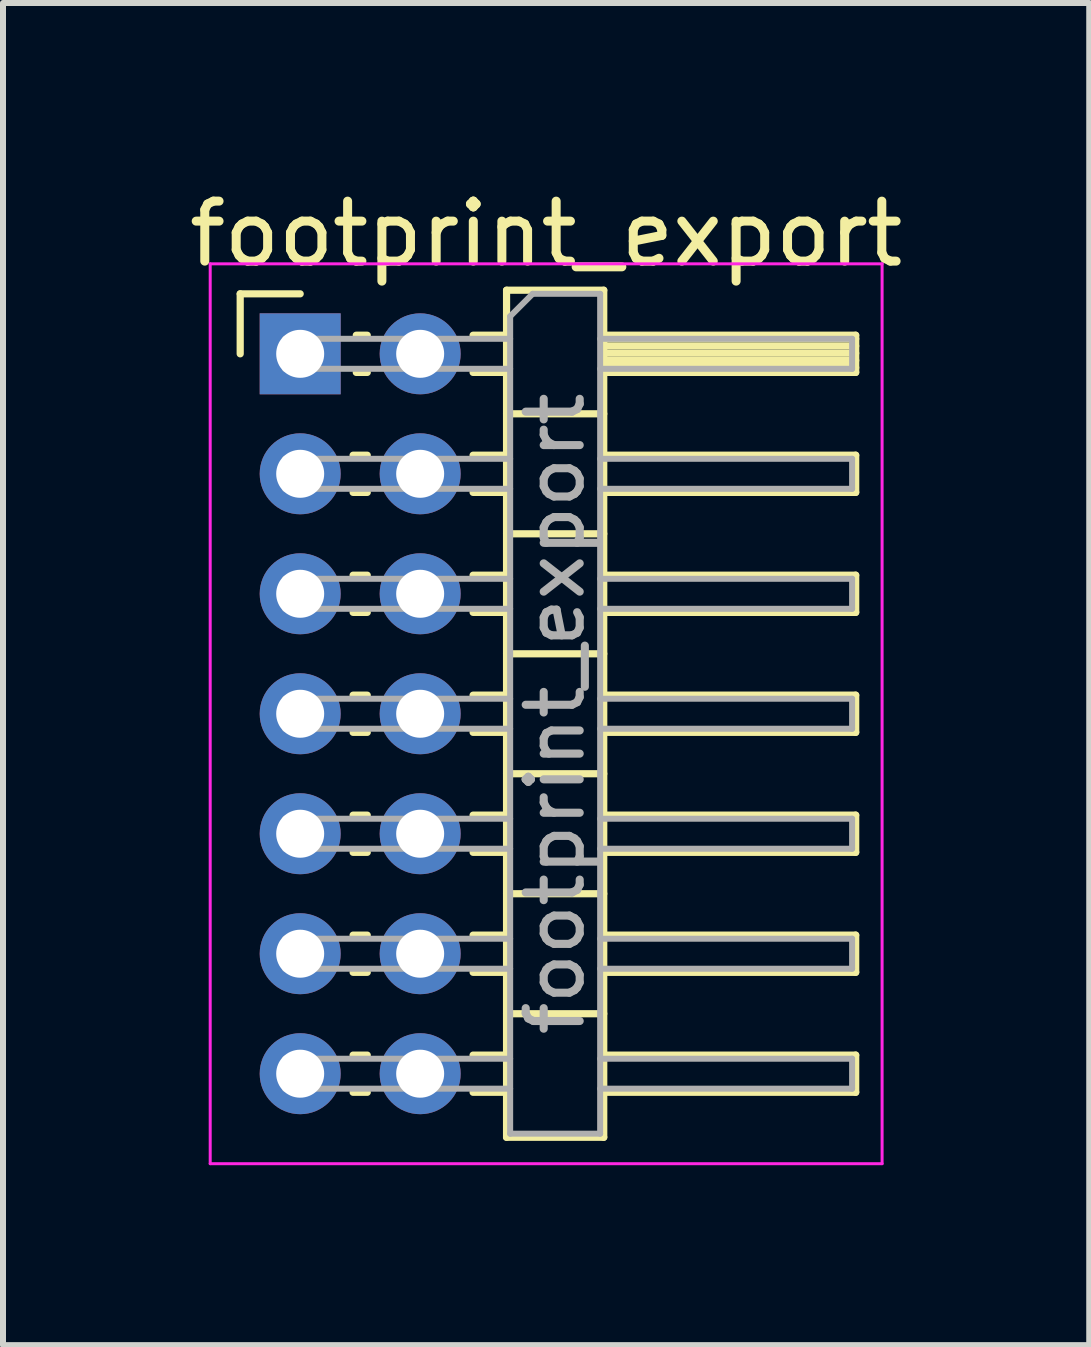
<source format=kicad_pcb>
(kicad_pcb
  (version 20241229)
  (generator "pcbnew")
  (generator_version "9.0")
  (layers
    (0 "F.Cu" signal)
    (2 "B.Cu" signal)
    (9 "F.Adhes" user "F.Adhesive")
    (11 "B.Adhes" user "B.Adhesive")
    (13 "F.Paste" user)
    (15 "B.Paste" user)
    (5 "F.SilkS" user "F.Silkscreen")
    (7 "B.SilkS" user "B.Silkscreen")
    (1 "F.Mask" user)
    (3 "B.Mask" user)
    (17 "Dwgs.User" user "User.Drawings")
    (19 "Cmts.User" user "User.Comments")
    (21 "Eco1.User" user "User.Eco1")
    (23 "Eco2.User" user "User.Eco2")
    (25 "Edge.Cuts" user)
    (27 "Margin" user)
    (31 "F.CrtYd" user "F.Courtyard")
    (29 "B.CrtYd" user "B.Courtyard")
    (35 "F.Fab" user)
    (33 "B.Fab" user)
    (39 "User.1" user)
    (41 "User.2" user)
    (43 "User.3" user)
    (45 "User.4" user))
  (footprint "footprint_export"
    (layer "F.Cu")
    (at 1.954 2.848)
    (property "Reference" "footprint_export" (at 4.1 -2 0) (layer "F.SilkS") (effects (font (size 1 1) (thickness 0.15))))
    (attr through_hole)
    (fp_line (start -1 -1) (end 0 -1) (stroke (width 0.12) (type solid)) (layer "F.SilkS"))
    (fp_line (start -1 0) (end -1 -1) (stroke (width 0.12) (type solid)) (layer "F.SilkS"))
    (fp_line (start 0.882 1.69) (end 1.118 1.69) (stroke (width 0.12) (type solid)) (layer "F.SilkS"))
    (fp_line (start 0.882 2.31) (end 1.118 2.31) (stroke (width 0.12) (type solid)) (layer "F.SilkS"))
    (fp_line (start 0.882 3.69) (end 1.118 3.69) (stroke (width 0.12) (type solid)) (layer "F.SilkS"))
    (fp_line (start 0.882 4.31) (end 1.118 4.31) (stroke (width 0.12) (type solid)) (layer "F.SilkS"))
    (fp_line (start 0.882 5.69) (end 1.118 5.69) (stroke (width 0.12) (type solid)) (layer "F.SilkS"))
    (fp_line (start 0.882 6.31) (end 1.118 6.31) (stroke (width 0.12) (type solid)) (layer "F.SilkS"))
    (fp_line (start 0.882 7.69) (end 1.118 7.69) (stroke (width 0.12) (type solid)) (layer "F.SilkS"))
    (fp_line (start 0.882 8.31) (end 1.118 8.31) (stroke (width 0.12) (type solid)) (layer "F.SilkS"))
    (fp_line (start 0.882 9.69) (end 1.118 9.69) (stroke (width 0.12) (type solid)) (layer "F.SilkS"))
    (fp_line (start 0.882 10.31) (end 1.118 10.31) (stroke (width 0.12) (type solid)) (layer "F.SilkS"))
    (fp_line (start 0.882 11.69) (end 1.118 11.69) (stroke (width 0.12) (type solid)) (layer "F.SilkS"))
    (fp_line (start 0.882 12.31) (end 1.118 12.31) (stroke (width 0.12) (type solid)) (layer "F.SilkS"))
    (fp_line (start 0.935 -0.31) (end 1.118 -0.31) (stroke (width 0.12) (type solid)) (layer "F.SilkS"))
    (fp_line (start 0.935 0.31) (end 1.118 0.31) (stroke (width 0.12) (type solid)) (layer "F.SilkS"))
    (fp_line (start 2.882 -0.31) (end 3.44 -0.31) (stroke (width 0.12) (type solid)) (layer "F.SilkS"))
    (fp_line (start 2.882 0.31) (end 3.44 0.31) (stroke (width 0.12) (type solid)) (layer "F.SilkS"))
    (fp_line (start 2.882 1.69) (end 3.44 1.69) (stroke (width 0.12) (type solid)) (layer "F.SilkS"))
    (fp_line (start 2.882 2.31) (end 3.44 2.31) (stroke (width 0.12) (type solid)) (layer "F.SilkS"))
    (fp_line (start 2.882 3.69) (end 3.44 3.69) (stroke (width 0.12) (type solid)) (layer "F.SilkS"))
    (fp_line (start 2.882 4.31) (end 3.44 4.31) (stroke (width 0.12) (type solid)) (layer "F.SilkS"))
    (fp_line (start 2.882 5.69) (end 3.44 5.69) (stroke (width 0.12) (type solid)) (layer "F.SilkS"))
    (fp_line (start 2.882 6.31) (end 3.44 6.31) (stroke (width 0.12) (type solid)) (layer "F.SilkS"))
    (fp_line (start 2.882 7.69) (end 3.44 7.69) (stroke (width 0.12) (type solid)) (layer "F.SilkS"))
    (fp_line (start 2.882 8.31) (end 3.44 8.31) (stroke (width 0.12) (type solid)) (layer "F.SilkS"))
    (fp_line (start 2.882 9.69) (end 3.44 9.69) (stroke (width 0.12) (type solid)) (layer "F.SilkS"))
    (fp_line (start 2.882 10.31) (end 3.44 10.31) (stroke (width 0.12) (type solid)) (layer "F.SilkS"))
    (fp_line (start 2.882 11.69) (end 3.44 11.69) (stroke (width 0.12) (type solid)) (layer "F.SilkS"))
    (fp_line (start 2.882 12.31) (end 3.44 12.31) (stroke (width 0.12) (type solid)) (layer "F.SilkS"))
    (fp_line (start 3.44 -1.06) (end 3.44 13.06) (stroke (width 0.12) (type solid)) (layer "F.SilkS"))
    (fp_line (start 3.44 1) (end 5.06 1) (stroke (width 0.12) (type solid)) (layer "F.SilkS"))
    (fp_line (start 3.44 3) (end 5.06 3) (stroke (width 0.12) (type solid)) (layer "F.SilkS"))
    (fp_line (start 3.44 5) (end 5.06 5) (stroke (width 0.12) (type solid)) (layer "F.SilkS"))
    (fp_line (start 3.44 7) (end 5.06 7) (stroke (width 0.12) (type solid)) (layer "F.SilkS"))
    (fp_line (start 3.44 9) (end 5.06 9) (stroke (width 0.12) (type solid)) (layer "F.SilkS"))
    (fp_line (start 3.44 11) (end 5.06 11) (stroke (width 0.12) (type solid)) (layer "F.SilkS"))
    (fp_line (start 3.44 13.06) (end 5.06 13.06) (stroke (width 0.12) (type solid)) (layer "F.SilkS"))
    (fp_line (start 5.06 -1.06) (end 3.44 -1.06) (stroke (width 0.12) (type solid)) (layer "F.SilkS"))
    (fp_line (start 5.06 -0.31) (end 9.26 -0.31) (stroke (width 0.12) (type solid)) (layer "F.SilkS"))
    (fp_line (start 5.06 -0.25) (end 9.26 -0.25) (stroke (width 0.12) (type solid)) (layer "F.SilkS"))
    (fp_line (start 5.06 -0.13) (end 9.26 -0.13) (stroke (width 0.12) (type solid)) (layer "F.SilkS"))
    (fp_line (start 5.06 -0.01) (end 9.26 -0.01) (stroke (width 0.12) (type solid)) (layer "F.SilkS"))
    (fp_line (start 5.06 0.11) (end 9.26 0.11) (stroke (width 0.12) (type solid)) (layer "F.SilkS"))
    (fp_line (start 5.06 0.23) (end 9.26 0.23) (stroke (width 0.12) (type solid)) (layer "F.SilkS"))
    (fp_line (start 5.06 1.69) (end 9.26 1.69) (stroke (width 0.12) (type solid)) (layer "F.SilkS"))
    (fp_line (start 5.06 3.69) (end 9.26 3.69) (stroke (width 0.12) (type solid)) (layer "F.SilkS"))
    (fp_line (start 5.06 5.69) (end 9.26 5.69) (stroke (width 0.12) (type solid)) (layer "F.SilkS"))
    (fp_line (start 5.06 7.69) (end 9.26 7.69) (stroke (width 0.12) (type solid)) (layer "F.SilkS"))
    (fp_line (start 5.06 9.69) (end 9.26 9.69) (stroke (width 0.12) (type solid)) (layer "F.SilkS"))
    (fp_line (start 5.06 11.69) (end 9.26 11.69) (stroke (width 0.12) (type solid)) (layer "F.SilkS"))
    (fp_line (start 5.06 13.06) (end 5.06 -1.06) (stroke (width 0.12) (type solid)) (layer "F.SilkS"))
    (fp_line (start 9.26 -0.31) (end 9.26 0.31) (stroke (width 0.12) (type solid)) (layer "F.SilkS"))
    (fp_line (start 9.26 0.31) (end 5.06 0.31) (stroke (width 0.12) (type solid)) (layer "F.SilkS"))
    (fp_line (start 9.26 1.69) (end 9.26 2.31) (stroke (width 0.12) (type solid)) (layer "F.SilkS"))
    (fp_line (start 9.26 2.31) (end 5.06 2.31) (stroke (width 0.12) (type solid)) (layer "F.SilkS"))
    (fp_line (start 9.26 3.69) (end 9.26 4.31) (stroke (width 0.12) (type solid)) (layer "F.SilkS"))
    (fp_line (start 9.26 4.31) (end 5.06 4.31) (stroke (width 0.12) (type solid)) (layer "F.SilkS"))
    (fp_line (start 9.26 5.69) (end 9.26 6.31) (stroke (width 0.12) (type solid)) (layer "F.SilkS"))
    (fp_line (start 9.26 6.31) (end 5.06 6.31) (stroke (width 0.12) (type solid)) (layer "F.SilkS"))
    (fp_line (start 9.26 7.69) (end 9.26 8.31) (stroke (width 0.12) (type solid)) (layer "F.SilkS"))
    (fp_line (start 9.26 8.31) (end 5.06 8.31) (stroke (width 0.12) (type solid)) (layer "F.SilkS"))
    (fp_line (start 9.26 9.69) (end 9.26 10.31) (stroke (width 0.12) (type solid)) (layer "F.SilkS"))
    (fp_line (start 9.26 10.31) (end 5.06 10.31) (stroke (width 0.12) (type solid)) (layer "F.SilkS"))
    (fp_line (start 9.26 11.69) (end 9.26 12.31) (stroke (width 0.12) (type solid)) (layer "F.SilkS"))
    (fp_line (start 9.26 12.31) (end 5.06 12.31) (stroke (width 0.12) (type solid)) (layer "F.SilkS"))
    (fp_line (start -1.5 -1.5) (end -1.5 13.5) (stroke (width 0.05) (type solid)) (layer "F.CrtYd"))
    (fp_line (start -1.5 13.5) (end 9.7 13.5) (stroke (width 0.05) (type solid)) (layer "F.CrtYd"))
    (fp_line (start 9.7 -1.5) (end -1.5 -1.5) (stroke (width 0.05) (type solid)) (layer "F.CrtYd"))
    (fp_line (start 9.7 13.5) (end 9.7 -1.5) (stroke (width 0.05) (type solid)) (layer "F.CrtYd"))
    (fp_line (start -0.25 -0.25) (end -0.25 0.25) (stroke (width 0.1) (type solid)) (layer "F.Fab"))
    (fp_line (start -0.25 -0.25) (end 3.5 -0.25) (stroke (width 0.1) (type solid)) (layer "F.Fab"))
    (fp_line (start -0.25 0.25) (end 3.5 0.25) (stroke (width 0.1) (type solid)) (layer "F.Fab"))
    (fp_line (start -0.25 1.75) (end -0.25 2.25) (stroke (width 0.1) (type solid)) (layer "F.Fab"))
    (fp_line (start -0.25 1.75) (end 3.5 1.75) (stroke (width 0.1) (type solid)) (layer "F.Fab"))
    (fp_line (start -0.25 2.25) (end 3.5 2.25) (stroke (width 0.1) (type solid)) (layer "F.Fab"))
    (fp_line (start -0.25 3.75) (end -0.25 4.25) (stroke (width 0.1) (type solid)) (layer "F.Fab"))
    (fp_line (start -0.25 3.75) (end 3.5 3.75) (stroke (width 0.1) (type solid)) (layer "F.Fab"))
    (fp_line (start -0.25 4.25) (end 3.5 4.25) (stroke (width 0.1) (type solid)) (layer "F.Fab"))
    (fp_line (start -0.25 5.75) (end -0.25 6.25) (stroke (width 0.1) (type solid)) (layer "F.Fab"))
    (fp_line (start -0.25 5.75) (end 3.5 5.75) (stroke (width 0.1) (type solid)) (layer "F.Fab"))
    (fp_line (start -0.25 6.25) (end 3.5 6.25) (stroke (width 0.1) (type solid)) (layer "F.Fab"))
    (fp_line (start -0.25 7.75) (end -0.25 8.25) (stroke (width 0.1) (type solid)) (layer "F.Fab"))
    (fp_line (start -0.25 7.75) (end 3.5 7.75) (stroke (width 0.1) (type solid)) (layer "F.Fab"))
    (fp_line (start -0.25 8.25) (end 3.5 8.25) (stroke (width 0.1) (type solid)) (layer "F.Fab"))
    (fp_line (start -0.25 9.75) (end -0.25 10.25) (stroke (width 0.1) (type solid)) (layer "F.Fab"))
    (fp_line (start -0.25 9.75) (end 3.5 9.75) (stroke (width 0.1) (type solid)) (layer "F.Fab"))
    (fp_line (start -0.25 10.25) (end 3.5 10.25) (stroke (width 0.1) (type solid)) (layer "F.Fab"))
    (fp_line (start -0.25 11.75) (end -0.25 12.25) (stroke (width 0.1) (type solid)) (layer "F.Fab"))
    (fp_line (start -0.25 11.75) (end 3.5 11.75) (stroke (width 0.1) (type solid)) (layer "F.Fab"))
    (fp_line (start -0.25 12.25) (end 3.5 12.25) (stroke (width 0.1) (type solid)) (layer "F.Fab"))
    (fp_line (start 3.5 -0.625) (end 3.875 -1) (stroke (width 0.1) (type solid)) (layer "F.Fab"))
    (fp_line (start 3.5 13) (end 3.5 -0.625) (stroke (width 0.1) (type solid)) (layer "F.Fab"))
    (fp_line (start 3.875 -1) (end 5 -1) (stroke (width 0.1) (type solid)) (layer "F.Fab"))
    (fp_line (start 5 -1) (end 5 13) (stroke (width 0.1) (type solid)) (layer "F.Fab"))
    (fp_line (start 5 -0.25) (end 9.2 -0.25) (stroke (width 0.1) (type solid)) (layer "F.Fab"))
    (fp_line (start 5 0.25) (end 9.2 0.25) (stroke (width 0.1) (type solid)) (layer "F.Fab"))
    (fp_line (start 5 1.75) (end 9.2 1.75) (stroke (width 0.1) (type solid)) (layer "F.Fab"))
    (fp_line (start 5 2.25) (end 9.2 2.25) (stroke (width 0.1) (type solid)) (layer "F.Fab"))
    (fp_line (start 5 3.75) (end 9.2 3.75) (stroke (width 0.1) (type solid)) (layer "F.Fab"))
    (fp_line (start 5 4.25) (end 9.2 4.25) (stroke (width 0.1) (type solid)) (layer "F.Fab"))
    (fp_line (start 5 5.75) (end 9.2 5.75) (stroke (width 0.1) (type solid)) (layer "F.Fab"))
    (fp_line (start 5 6.25) (end 9.2 6.25) (stroke (width 0.1) (type solid)) (layer "F.Fab"))
    (fp_line (start 5 7.75) (end 9.2 7.75) (stroke (width 0.1) (type solid)) (layer "F.Fab"))
    (fp_line (start 5 8.25) (end 9.2 8.25) (stroke (width 0.1) (type solid)) (layer "F.Fab"))
    (fp_line (start 5 9.75) (end 9.2 9.75) (stroke (width 0.1) (type solid)) (layer "F.Fab"))
    (fp_line (start 5 10.25) (end 9.2 10.25) (stroke (width 0.1) (type solid)) (layer "F.Fab"))
    (fp_line (start 5 11.75) (end 9.2 11.75) (stroke (width 0.1) (type solid)) (layer "F.Fab"))
    (fp_line (start 5 12.25) (end 9.2 12.25) (stroke (width 0.1) (type solid)) (layer "F.Fab"))
    (fp_line (start 5 13) (end 3.5 13) (stroke (width 0.1) (type solid)) (layer "F.Fab"))
    (fp_line (start 9.2 -0.25) (end 9.2 0.25) (stroke (width 0.1) (type solid)) (layer "F.Fab"))
    (fp_line (start 9.2 1.75) (end 9.2 2.25) (stroke (width 0.1) (type solid)) (layer "F.Fab"))
    (fp_line (start 9.2 3.75) (end 9.2 4.25) (stroke (width 0.1) (type solid)) (layer "F.Fab"))
    (fp_line (start 9.2 5.75) (end 9.2 6.25) (stroke (width 0.1) (type solid)) (layer "F.Fab"))
    (fp_line (start 9.2 7.75) (end 9.2 8.25) (stroke (width 0.1) (type solid)) (layer "F.Fab"))
    (fp_line (start 9.2 9.75) (end 9.2 10.25) (stroke (width 0.1) (type solid)) (layer "F.Fab"))
    (fp_line (start 9.2 11.75) (end 9.2 12.25) (stroke (width 0.1) (type solid)) (layer "F.Fab"))
    (fp_text user "${REFERENCE}" (at 4.25 6 90) (layer "F.Fab") (effects (font (size 0.9 0.9) (thickness 0.135))))
    (pad "1" thru_hole rect (at 0 0) (size 1.35 1.35) (drill 0.8) (layers "*.Cu" "*.Mask"))
    (pad "2" thru_hole oval (at 2 0) (size 1.35 1.35) (drill 0.8) (layers "*.Cu" "*.Mask"))
    (pad "3" thru_hole oval (at 0 2) (size 1.35 1.35) (drill 0.8) (layers "*.Cu" "*.Mask"))
    (pad "4" thru_hole oval (at 2 2) (size 1.35 1.35) (drill 0.8) (layers "*.Cu" "*.Mask"))
    (pad "5" thru_hole oval (at 0 4) (size 1.35 1.35) (drill 0.8) (layers "*.Cu" "*.Mask"))
    (pad "6" thru_hole oval (at 2 4) (size 1.35 1.35) (drill 0.8) (layers "*.Cu" "*.Mask"))
    (pad "7" thru_hole oval (at 0 6) (size 1.35 1.35) (drill 0.8) (layers "*.Cu" "*.Mask"))
    (pad "8" thru_hole oval (at 2 6) (size 1.35 1.35) (drill 0.8) (layers "*.Cu" "*.Mask"))
    (pad "9" thru_hole oval (at 0 8) (size 1.35 1.35) (drill 0.8) (layers "*.Cu" "*.Mask"))
    (pad "10" thru_hole oval (at 2 8) (size 1.35 1.35) (drill 0.8) (layers "*.Cu" "*.Mask"))
    (pad "11" thru_hole oval (at 0 10) (size 1.35 1.35) (drill 0.8) (layers "*.Cu" "*.Mask"))
    (pad "12" thru_hole oval (at 2 10) (size 1.35 1.35) (drill 0.8) (layers "*.Cu" "*.Mask"))
    (pad "13" thru_hole oval (at 0 12) (size 1.35 1.35) (drill 0.8) (layers "*.Cu" "*.Mask"))
    (pad "14" thru_hole oval (at 2 12) (size 1.35 1.35) (drill 0.8) (layers "*.Cu" "*.Mask")))
  (gr_rect
    (start -3 -3)
    (end 15.107 19.373)
    (stroke (width 0.1) (type default))
    (fill no)
    (layer "Edge.Cuts")))
</source>
